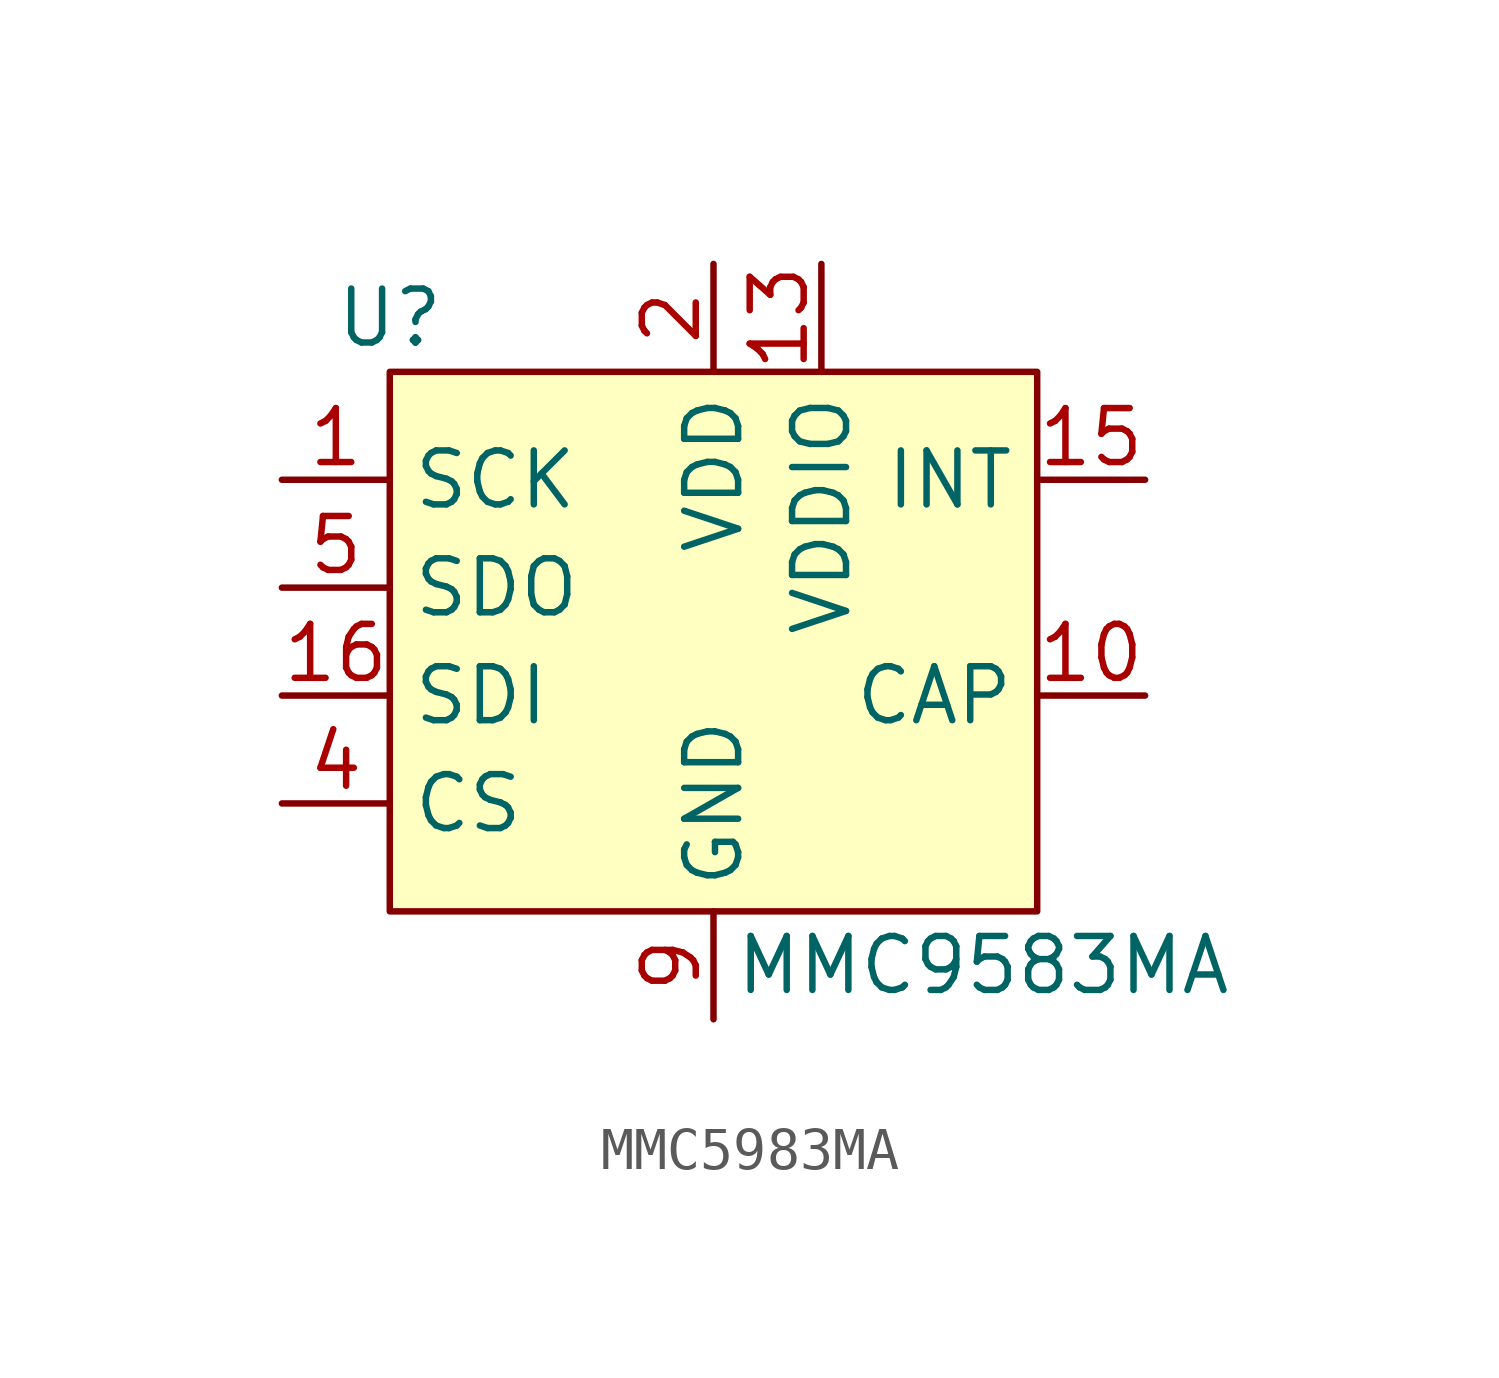
<source format=kicad_sym>
(kicad_symbol_lib
  (version 20241209)
  (generator "kicad_symbol_editor")
  (generator_version "9.0")
  (symbol "MMC5983MA"
    (property "Reference" "U"
      (at -7.62 6.35 0)
      (effects (font (size 1.27 1.27))))
    (property "Value" "MMC9583MA"
      (at 6.35 -8.89 0)
      (effects (font (size 1.27 1.27))))
    (symbol "MMC5983MA_0_0"
      (pin input line (at -10.16 2.54 0) (length 2.54) (name "SCK" (effects (font (size 1.27 1.27)))) (number "1" (effects (font (size 1.27 1.27)))))
      (pin output line (at -10.16 0 0) (length 2.54) (name "SDO" (effects (font (size 1.27 1.27)))) (number "5" (effects (font (size 1.27 1.27)))))
      (pin input line (at -10.16 -2.54 0) (length 2.54) (name "SDI" (effects (font (size 1.27 1.27)))) (number "16" (effects (font (size 1.27 1.27)))))
      (pin input line (at -10.16 -5.08 0) (length 2.54) (name "CS" (effects (font (size 1.27 1.27)))) (number "4" (effects (font (size 1.27 1.27)))))
      (pin power_in line (at 0 7.62 270) (length 2.54) (name "VDD" (effects (font (size 1.27 1.27)))) (number "2" (effects (font (size 1.27 1.27)))))
      (pin power_in line (at 0 -10.16 90) (length 2.54) (name "GND" (effects (font (size 1.27 1.27)))) (number "9" (effects (font (size 1.27 1.27)))))
      (pin power_in line (at 2.54 7.62 270) (length 2.54) (name "VDDIO" (effects (font (size 1.27 1.27)))) (number "13" (effects (font (size 1.27 1.27)))))
      (pin output line (at 10.16 2.54 180) (length 2.54) (name "INT" (effects (font (size 1.27 1.27)))) (number "15" (effects (font (size 1.27 1.27)))))
      (pin power_in line (at 10.16 -2.54 180) (length 2.54) (name "CAP" (effects (font (size 1.27 1.27)))) (number "10" (effects (font (size 1.27 1.27))))))
    (symbol "MMC5983MA_1_0"
      (pin passive line (at 0 -10.16 90) (length 2.54) (hide yes) (name "GND" (effects (font (size 1.27 1.27)))) (number "11" (effects (font (size 1.27 1.27)))))
      (pin no_connect line (at 7.62 0 180) (length 2.54) (hide yes) (name "NC" (effects (font (size 1.27 1.27)))) (number "12" (effects (font (size 1.27 1.27)))))
      (pin no_connect line (at 7.62 0 180) (length 2.54) (hide yes) (name "NC" (effects (font (size 1.27 1.27)))) (number "14" (effects (font (size 1.27 1.27)))))
      (pin no_connect line (at 7.62 0 180) (length 2.54) (hide yes) (name "NC" (effects (font (size 1.27 1.27)))) (number "3" (effects (font (size 1.27 1.27)))))
      (pin no_connect line (at 7.62 0 180) (length 2.54) (hide yes) (name "NC" (effects (font (size 1.27 1.27)))) (number "6" (effects (font (size 1.27 1.27)))))
      (pin no_connect line (at 7.62 0 180) (length 2.54) (hide yes) (name "NC" (effects (font (size 1.27 1.27)))) (number "7" (effects (font (size 1.27 1.27)))))
      (pin no_connect line (at 7.62 0 180) (length 2.54) (hide yes) (name "NC" (effects (font (size 1.27 1.27)))) (number "8" (effects (font (size 1.27 1.27))))))
    (symbol "MMC5983MA_1_1"
      (rectangle (start -7.62 5.08) (end 7.62 -7.62) (stroke (width 0) (type solid)) (fill (type background))))))
</source>
